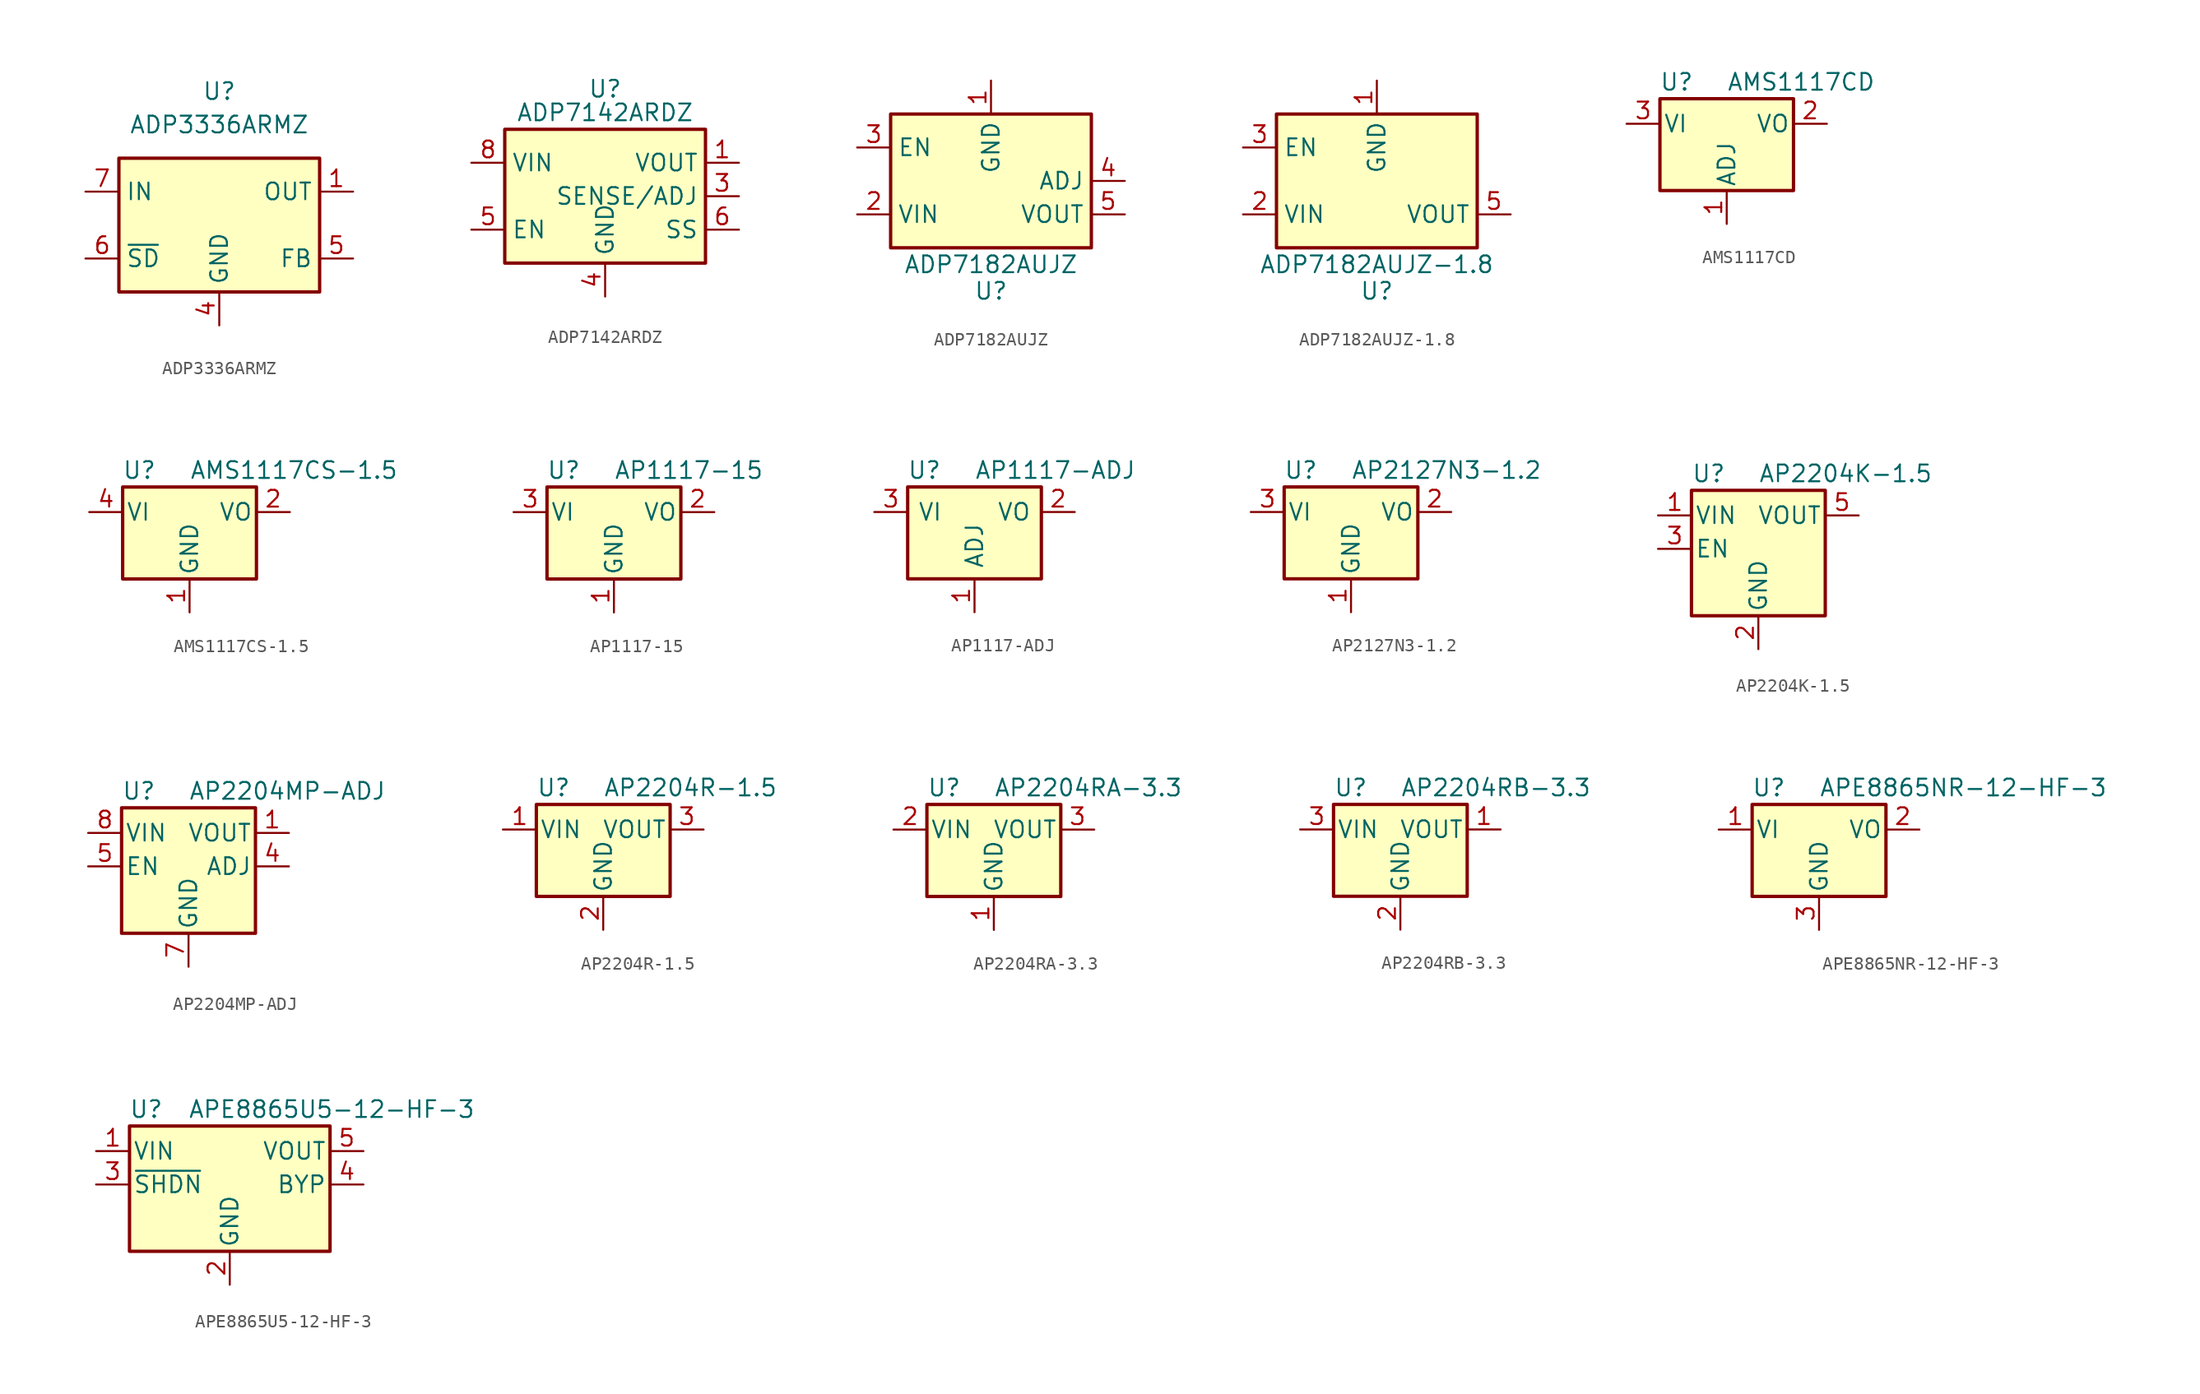
<source format=kicad_sym>
(kicad_symbol_lib
  (version 20201005)
  (generator kicad_symbol_editor)
  (symbol "ADP3336ARMZ"
    (property "Reference" "U"
      (at 0 10.16 0)
      (effects (font (size 1.27 1.27))))
    (property "Value" "ADP3336ARMZ"
      (at 0 7.62 0)
      (effects (font (size 1.27 1.27))))
    (symbol "ADP3336ARMZ_1_1"
      (rectangle (start -7.62 5.08) (end 7.62 -5.08) (stroke (width 0.254)) (fill (type background)))
      (pin power_out line (at 10.16 2.54 180) (length 2.54) (name "OUT" (effects (font (size 1.27 1.27)))) (number "1" (effects (font (size 1.27 1.27)))))
      (pin passive line (at 10.16 2.54 180) (length 2.54) hide (name "OUT" (effects (font (size 1.27 1.27)))) (number "2" (effects (font (size 1.27 1.27)))))
      (pin passive line (at 10.16 2.54 180) (length 2.54) hide (name "OUT" (effects (font (size 1.27 1.27)))) (number "3" (effects (font (size 1.27 1.27)))))
      (pin power_in line (at 0 -7.62 90) (length 2.54) (name "GND" (effects (font (size 1.27 1.27)))) (number "4" (effects (font (size 1.27 1.27)))))
      (pin passive line (at 10.16 -2.54 180) (length 2.54) (name "FB" (effects (font (size 1.27 1.27)))) (number "5" (effects (font (size 1.27 1.27)))))
      (pin input line (at -10.16 -2.54 0) (length 2.54) (name "~SD" (effects (font (size 1.27 1.27)))) (number "6" (effects (font (size 1.27 1.27)))))
      (pin power_in line (at -10.16 2.54 0) (length 2.54) (name "IN" (effects (font (size 1.27 1.27)))) (number "7" (effects (font (size 1.27 1.27)))))
      (pin passive line (at -10.16 2.54 0) (length 2.54) hide (name "IN" (effects (font (size 1.27 1.27)))) (number "8" (effects (font (size 1.27 1.27)))))))
  (symbol "ADP7142ARDZ"
    (property "Reference" "U"
      (at 0 8.89 0)
      (effects (font (size 1.27 1.27)) (justify top)))
    (property "Value" "ADP7142ARDZ"
      (at 0 6.35 0)
      (effects (font (size 1.27 1.27))))
    (symbol "ADP7142ARDZ_0_1"
      (rectangle (start -7.62 5.08) (end 7.62 -5.08) (stroke (width 0.254)) (fill (type background))))
    (symbol "ADP7142ARDZ_1_1"
      (pin power_out line (at 10.16 2.54 180) (length 2.54) (name "VOUT" (effects (font (size 1.27 1.27)))) (number "1" (effects (font (size 1.27 1.27)))))
      (pin passive line (at 10.16 2.54 180) (length 2.54) hide (name "VOUT" (effects (font (size 1.27 1.27)))) (number "2" (effects (font (size 1.27 1.27)))))
      (pin input line (at 10.16 0 180) (length 2.54) (name "SENSE/ADJ" (effects (font (size 1.27 1.27)))) (number "3" (effects (font (size 1.27 1.27)))))
      (pin power_in line (at 0 -7.62 90) (length 2.54) (name "GND" (effects (font (size 1.27 1.27)))) (number "4" (effects (font (size 1.27 1.27)))))
      (pin input line (at -10.16 -2.54 0) (length 2.54) (name "EN" (effects (font (size 1.27 1.27)))) (number "5" (effects (font (size 1.27 1.27)))))
      (pin passive line (at 10.16 -2.54 180) (length 2.54) (name "SS" (effects (font (size 1.27 1.27)))) (number "6" (effects (font (size 1.27 1.27)))))
      (pin passive line (at -10.16 2.54 0) (length 2.54) hide (name "VIN" (effects (font (size 1.27 1.27)))) (number "7" (effects (font (size 1.27 1.27)))))
      (pin power_in line (at -10.16 2.54 0) (length 2.54) (name "VIN" (effects (font (size 1.27 1.27)))) (number "8" (effects (font (size 1.27 1.27)))))
      (pin passive line (at 0 -7.62 90) (length 2.54) hide (name "GND" (effects (font (size 1.27 1.27)))) (number "9" (effects (font (size 1.27 1.27)))))))
  (symbol "ADP7182AUJZ"
    (property "Reference" "U"
      (at 0 -7.62 0)
      (effects (font (size 1.27 1.27)) (justify top)))
    (property "Value" "ADP7182AUJZ"
      (at 0 -6.35 0)
      (effects (font (size 1.27 1.27))))
    (symbol "ADP7182AUJZ_0_1"
      (rectangle (start -7.62 5.08) (end 7.62 -5.08) (stroke (width 0.254)) (fill (type background))))
    (symbol "ADP7182AUJZ_1_1"
      (pin power_in line (at 0 7.62 270) (length 2.54) (name "GND" (effects (font (size 1.27 1.27)))) (number "1" (effects (font (size 1.27 1.27)))))
      (pin power_in line (at -10.16 -2.54 0) (length 2.54) (name "VIN" (effects (font (size 1.27 1.27)))) (number "2" (effects (font (size 1.27 1.27)))))
      (pin input line (at -10.16 2.54 0) (length 2.54) (name "EN" (effects (font (size 1.27 1.27)))) (number "3" (effects (font (size 1.27 1.27)))))
      (pin input line (at 10.16 0 180) (length 2.54) (name "ADJ" (effects (font (size 1.27 1.27)))) (number "4" (effects (font (size 1.27 1.27)))))
      (pin power_out line (at 10.16 -2.54 180) (length 2.54) (name "VOUT" (effects (font (size 1.27 1.27)))) (number "5" (effects (font (size 1.27 1.27)))))))
  (symbol "ADP7182AUJZ-1.8"
    (property "Reference" "U"
      (at 0 -7.62 0)
      (effects (font (size 1.27 1.27)) (justify top)))
    (property "Value" "ADP7182AUJZ-1.8"
      (at 0 -6.35 0)
      (effects (font (size 1.27 1.27))))
    (symbol "ADP7182AUJZ-1.8_0_1"
      (rectangle (start -7.62 5.08) (end 7.62 -5.08) (stroke (width 0.254)) (fill (type background))))
    (symbol "ADP7182AUJZ-1.8_1_1"
      (pin power_in line (at 0 7.62 270) (length 2.54) (name "GND" (effects (font (size 1.27 1.27)))) (number "1" (effects (font (size 1.27 1.27)))))
      (pin power_in line (at -10.16 -2.54 0) (length 2.54) (name "VIN" (effects (font (size 1.27 1.27)))) (number "2" (effects (font (size 1.27 1.27)))))
      (pin input line (at -10.16 2.54 0) (length 2.54) (name "EN" (effects (font (size 1.27 1.27)))) (number "3" (effects (font (size 1.27 1.27)))))
      (pin no_connect line (at 7.62 0 180) (length 2.54) hide (name "NC" (effects (font (size 1.27 1.27)))) (number "4" (effects (font (size 1.27 1.27)))))
      (pin power_out line (at 10.16 -2.54 180) (length 2.54) (name "VOUT" (effects (font (size 1.27 1.27)))) (number "5" (effects (font (size 1.27 1.27)))))))
  (symbol "AMS1117CD"
    (pin_names
      (offset 0.254))
    (property "Reference" "U"
      (at -3.81 3.175 0)
      (effects (font (size 1.27 1.27))))
    (property "Value" "AMS1117CD"
      (at 0 3.175 0)
      (effects (font (size 1.27 1.27)) (justify left)))
    (symbol "AMS1117CD_0_1"
      (rectangle (start -5.08 -5.08) (end 5.08 1.905) (stroke (width 0.254)) (fill (type background))))
    (symbol "AMS1117CD_1_1"
      (pin input line (at 0 -7.62 90) (length 2.54) (name "ADJ" (effects (font (size 1.27 1.27)))) (number "1" (effects (font (size 1.27 1.27)))))
      (pin power_out line (at 7.62 0 180) (length 2.54) (name "VO" (effects (font (size 1.27 1.27)))) (number "2" (effects (font (size 1.27 1.27)))))
      (pin power_in line (at -7.62 0 0) (length 2.54) (name "VI" (effects (font (size 1.27 1.27)))) (number "3" (effects (font (size 1.27 1.27)))))))
  (symbol "AMS1117CS-1.5"
    (pin_names
      (offset 0.254))
    (property "Reference" "U"
      (at -3.81 3.175 0)
      (effects (font (size 1.27 1.27))))
    (property "Value" "AMS1117CS-1.5"
      (at 0 3.175 0)
      (effects (font (size 1.27 1.27)) (justify left)))
    (symbol "AMS1117CS-1.5_0_1"
      (rectangle (start -5.08 -5.08) (end 5.08 1.905) (stroke (width 0.254)) (fill (type background))))
    (symbol "AMS1117CS-1.5_1_1"
      (pin power_in line (at 0 -7.62 90) (length 2.54) (name "GND" (effects (font (size 1.27 1.27)))) (number "1" (effects (font (size 1.27 1.27)))))
      (pin power_out line (at 7.62 0 180) (length 2.54) (name "VO" (effects (font (size 1.27 1.27)))) (number "2" (effects (font (size 1.27 1.27)))))
      (pin passive line (at 7.62 0 180) (length 2.54) hide (name "VO" (effects (font (size 1.27 1.27)))) (number "3" (effects (font (size 1.27 1.27)))))
      (pin power_in line (at -7.62 0 0) (length 2.54) (name "VI" (effects (font (size 1.27 1.27)))) (number "4" (effects (font (size 1.27 1.27)))))
      (pin no_connect line (at -2.54 -2.54 180) (length 2.54) hide (name "NC" (effects (font (size 1.27 1.27)))) (number "5" (effects (font (size 1.27 1.27)))))
      (pin passive line (at 7.62 0 180) (length 2.54) hide (name "VO" (effects (font (size 1.27 1.27)))) (number "6" (effects (font (size 1.27 1.27)))))
      (pin passive line (at 7.62 0 180) (length 2.54) hide (name "VO" (effects (font (size 1.27 1.27)))) (number "7" (effects (font (size 1.27 1.27)))))
      (pin no_connect line (at 2.54 -2.54 0) (length 2.54) hide (name "NC" (effects (font (size 1.27 1.27)))) (number "8" (effects (font (size 1.27 1.27)))))))
  (symbol "AP1117-15"
    (pin_names
      (offset 0.254))
    (property "Reference" "U"
      (at -3.81 3.175 0)
      (effects (font (size 1.27 1.27))))
    (property "Value" "AP1117-15"
      (at 0 3.175 0)
      (effects (font (size 1.27 1.27)) (justify left)))
    (symbol "AP1117-15_0_1"
      (rectangle (start -5.08 -5.08) (end 5.08 1.905) (stroke (width 0.254)) (fill (type background))))
    (symbol "AP1117-15_1_1"
      (pin power_in line (at 0 -7.62 90) (length 2.54) (name "GND" (effects (font (size 1.27 1.27)))) (number "1" (effects (font (size 1.27 1.27)))))
      (pin power_out line (at 7.62 0 180) (length 2.54) (name "VO" (effects (font (size 1.27 1.27)))) (number "2" (effects (font (size 1.27 1.27)))))
      (pin power_in line (at -7.62 0 0) (length 2.54) (name "VI" (effects (font (size 1.27 1.27)))) (number "3" (effects (font (size 1.27 1.27)))))))
  (symbol "AP1117-ADJ"
    (pin_names
      (offset 0.762))
    (property "Reference" "U"
      (at -3.81 3.175 0)
      (effects (font (size 1.27 1.27))))
    (property "Value" "AP1117-ADJ"
      (at 0 3.175 0)
      (effects (font (size 1.27 1.27)) (justify left)))
    (symbol "AP1117-ADJ_0_1"
      (rectangle (start -5.08 -5.08) (end 5.08 1.905) (stroke (width 0.254)) (fill (type background))))
    (symbol "AP1117-ADJ_1_1"
      (pin input line (at 0 -7.62 90) (length 2.54) (name "ADJ" (effects (font (size 1.27 1.27)))) (number "1" (effects (font (size 1.27 1.27)))))
      (pin power_out line (at 7.62 0 180) (length 2.54) (name "VO" (effects (font (size 1.27 1.27)))) (number "2" (effects (font (size 1.27 1.27)))))
      (pin power_in line (at -7.62 0 0) (length 2.54) (name "VI" (effects (font (size 1.27 1.27)))) (number "3" (effects (font (size 1.27 1.27)))))))
  (symbol "AP2127N3-1.2"
    (pin_names
      (offset 0.254))
    (property "Reference" "U"
      (at -3.81 3.175 0)
      (effects (font (size 1.27 1.27))))
    (property "Value" "AP2127N3-1.2"
      (at 0 3.175 0)
      (effects (font (size 1.27 1.27)) (justify left)))
    (symbol "AP2127N3-1.2_0_1"
      (rectangle (start -5.08 1.905) (end 5.08 -5.08) (stroke (width 0.254)) (fill (type background))))
    (symbol "AP2127N3-1.2_1_1"
      (pin power_in line (at 0 -7.62 90) (length 2.54) (name "GND" (effects (font (size 1.27 1.27)))) (number "1" (effects (font (size 1.27 1.27)))))
      (pin power_out line (at 7.62 0 180) (length 2.54) (name "VO" (effects (font (size 1.27 1.27)))) (number "2" (effects (font (size 1.27 1.27)))))
      (pin power_in line (at -7.62 0 0) (length 2.54) (name "VI" (effects (font (size 1.27 1.27)))) (number "3" (effects (font (size 1.27 1.27)))))))
  (symbol "AP2204K-1.5"
    (pin_names
      (offset 0.254))
    (property "Reference" "U"
      (at -5.08 5.715 0)
      (effects (font (size 1.27 1.27)) (justify left)))
    (property "Value" "AP2204K-1.5"
      (at 0 5.715 0)
      (effects (font (size 1.27 1.27)) (justify left)))
    (symbol "AP2204K-1.5_0_1"
      (rectangle (start -5.08 4.445) (end 5.08 -5.08) (stroke (width 0.254)) (fill (type background))))
    (symbol "AP2204K-1.5_1_1"
      (pin power_in line (at -7.62 2.54 0) (length 2.54) (name "VIN" (effects (font (size 1.27 1.27)))) (number "1" (effects (font (size 1.27 1.27)))))
      (pin power_in line (at 0 -7.62 90) (length 2.54) (name "GND" (effects (font (size 1.27 1.27)))) (number "2" (effects (font (size 1.27 1.27)))))
      (pin input line (at -7.62 0 0) (length 2.54) (name "EN" (effects (font (size 1.27 1.27)))) (number "3" (effects (font (size 1.27 1.27)))))
      (pin no_connect line (at 7.62 0 180) (length 2.54) hide (name "NC" (effects (font (size 1.27 1.27)))) (number "4" (effects (font (size 1.27 1.27)))))
      (pin power_out line (at 7.62 2.54 180) (length 2.54) (name "VOUT" (effects (font (size 1.27 1.27)))) (number "5" (effects (font (size 1.27 1.27)))))))
  (symbol "AP2204MP-ADJ"
    (pin_names
      (offset 0.254))
    (property "Reference" "U"
      (at -5.08 5.715 0)
      (effects (font (size 1.27 1.27)) (justify left)))
    (property "Value" "AP2204MP-ADJ"
      (at 0 5.715 0)
      (effects (font (size 1.27 1.27)) (justify left)))
    (symbol "AP2204MP-ADJ_0_1"
      (rectangle (start -5.08 4.445) (end 5.08 -5.08) (stroke (width 0.254)) (fill (type background))))
    (symbol "AP2204MP-ADJ_1_1"
      (pin power_out line (at 7.62 2.54 180) (length 2.54) (name "VOUT" (effects (font (size 1.27 1.27)))) (number "1" (effects (font (size 1.27 1.27)))))
      (pin no_connect line (at -7.62 -2.54 0) (length 2.54) hide (name "NC" (effects (font (size 1.27 1.27)))) (number "2" (effects (font (size 1.27 1.27)))))
      (pin no_connect line (at -2.54 -7.62 90) (length 2.54) hide (name "NC" (effects (font (size 1.27 1.27)))) (number "3" (effects (font (size 1.27 1.27)))))
      (pin input line (at 7.62 0 180) (length 2.54) (name "ADJ" (effects (font (size 1.27 1.27)))) (number "4" (effects (font (size 1.27 1.27)))))
      (pin input line (at -7.62 0 0) (length 2.54) (name "EN" (effects (font (size 1.27 1.27)))) (number "5" (effects (font (size 1.27 1.27)))))
      (pin no_connect line (at 7.62 -2.54 180) (length 2.54) hide (name "NC" (effects (font (size 1.27 1.27)))) (number "6" (effects (font (size 1.27 1.27)))))
      (pin power_in line (at 0 -7.62 90) (length 2.54) (name "GND" (effects (font (size 1.27 1.27)))) (number "7" (effects (font (size 1.27 1.27)))))
      (pin power_in line (at -7.62 2.54 0) (length 2.54) (name "VIN" (effects (font (size 1.27 1.27)))) (number "8" (effects (font (size 1.27 1.27)))))
      (pin passive line (at 0 -7.62 90) (length 2.54) hide (name "GND" (effects (font (size 1.27 1.27)))) (number "9" (effects (font (size 1.27 1.27)))))))
  (symbol "AP2204R-1.5"
    (pin_names
      (offset 0.254))
    (property "Reference" "U"
      (at -5.08 3.175 0)
      (effects (font (size 1.27 1.27)) (justify left)))
    (property "Value" "AP2204R-1.5"
      (at 0 3.175 0)
      (effects (font (size 1.27 1.27)) (justify left)))
    (symbol "AP2204R-1.5_0_1"
      (rectangle (start -5.08 1.905) (end 5.08 -5.08) (stroke (width 0.254)) (fill (type background))))
    (symbol "AP2204R-1.5_1_1"
      (pin power_in line (at -7.62 0 0) (length 2.54) (name "VIN" (effects (font (size 1.27 1.27)))) (number "1" (effects (font (size 1.27 1.27)))))
      (pin power_in line (at 0 -7.62 90) (length 2.54) (name "GND" (effects (font (size 1.27 1.27)))) (number "2" (effects (font (size 1.27 1.27)))))
      (pin power_out line (at 7.62 0 180) (length 2.54) (name "VOUT" (effects (font (size 1.27 1.27)))) (number "3" (effects (font (size 1.27 1.27)))))))
  (symbol "AP2204RA-3.3"
    (pin_names
      (offset 0.254))
    (property "Reference" "U"
      (at -5.08 3.175 0)
      (effects (font (size 1.27 1.27)) (justify left)))
    (property "Value" "AP2204RA-3.3"
      (at 0 3.175 0)
      (effects (font (size 1.27 1.27)) (justify left)))
    (symbol "AP2204RA-3.3_0_1"
      (rectangle (start -5.08 1.905) (end 5.08 -5.08) (stroke (width 0.254)) (fill (type background))))
    (symbol "AP2204RA-3.3_1_1"
      (pin power_in line (at 0 -7.62 90) (length 2.54) (name "GND" (effects (font (size 1.27 1.27)))) (number "1" (effects (font (size 1.27 1.27)))))
      (pin power_in line (at -7.62 0 0) (length 2.54) (name "VIN" (effects (font (size 1.27 1.27)))) (number "2" (effects (font (size 1.27 1.27)))))
      (pin power_out line (at 7.62 0 180) (length 2.54) (name "VOUT" (effects (font (size 1.27 1.27)))) (number "3" (effects (font (size 1.27 1.27)))))))
  (symbol "AP2204RB-3.3"
    (pin_names
      (offset 0.254))
    (property "Reference" "U"
      (at -5.08 3.175 0)
      (effects (font (size 1.27 1.27)) (justify left)))
    (property "Value" "AP2204RB-3.3"
      (at 0 3.175 0)
      (effects (font (size 1.27 1.27)) (justify left)))
    (symbol "AP2204RB-3.3_0_1"
      (rectangle (start -5.08 1.905) (end 5.08 -5.08) (stroke (width 0.254)) (fill (type background))))
    (symbol "AP2204RB-3.3_1_1"
      (pin power_out line (at 7.62 0 180) (length 2.54) (name "VOUT" (effects (font (size 1.27 1.27)))) (number "1" (effects (font (size 1.27 1.27)))))
      (pin power_in line (at 0 -7.62 90) (length 2.54) (name "GND" (effects (font (size 1.27 1.27)))) (number "2" (effects (font (size 1.27 1.27)))))
      (pin power_in line (at -7.62 0 0) (length 2.54) (name "VIN" (effects (font (size 1.27 1.27)))) (number "3" (effects (font (size 1.27 1.27)))))))
  (symbol "APE8865NR-12-HF-3"
    (pin_names
      (offset 0.254))
    (property "Reference" "U"
      (at -3.81 3.175 0)
      (effects (font (size 1.27 1.27))))
    (property "Value" "APE8865NR-12-HF-3"
      (at 0 3.175 0)
      (effects (font (size 1.27 1.27)) (justify left)))
    (symbol "APE8865NR-12-HF-3_0_1"
      (rectangle (start -5.08 1.905) (end 5.08 -5.08) (stroke (width 0.254)) (fill (type background))))
    (symbol "APE8865NR-12-HF-3_1_1"
      (pin power_in line (at -7.62 0 0) (length 2.54) (name "VI" (effects (font (size 1.27 1.27)))) (number "1" (effects (font (size 1.27 1.27)))))
      (pin power_out line (at 7.62 0 180) (length 2.54) (name "VO" (effects (font (size 1.27 1.27)))) (number "2" (effects (font (size 1.27 1.27)))))
      (pin power_in line (at 0 -7.62 90) (length 2.54) (name "GND" (effects (font (size 1.27 1.27)))) (number "3" (effects (font (size 1.27 1.27)))))))
  (symbol "APE8865U5-12-HF-3"
    (pin_names
      (offset 0.254))
    (property "Reference" "U"
      (at -6.35 5.715 0)
      (effects (font (size 1.27 1.27))))
    (property "Value" "APE8865U5-12-HF-3"
      (at -3.175 5.715 0)
      (effects (font (size 1.27 1.27)) (justify left)))
    (symbol "APE8865U5-12-HF-3_0_1"
      (rectangle (start -7.62 4.445) (end 7.62 -5.08) (stroke (width 0.254)) (fill (type background))))
    (symbol "APE8865U5-12-HF-3_1_1"
      (pin power_in line (at -10.16 2.54 0) (length 2.54) (name "VIN" (effects (font (size 1.27 1.27)))) (number "1" (effects (font (size 1.27 1.27)))))
      (pin power_in line (at 0 -7.62 90) (length 2.54) (name "GND" (effects (font (size 1.27 1.27)))) (number "2" (effects (font (size 1.27 1.27)))))
      (pin input line (at -10.16 0 0) (length 2.54) (name "~SHDN~" (effects (font (size 1.27 1.27)))) (number "3" (effects (font (size 1.27 1.27)))))
      (pin input line (at 10.16 0 180) (length 2.54) (name "BYP" (effects (font (size 1.27 1.27)))) (number "4" (effects (font (size 1.27 1.27)))))
      (pin power_out line (at 10.16 2.54 180) (length 2.54) (name "VOUT" (effects (font (size 1.27 1.27)))) (number "5" (effects (font (size 1.27 1.27))))))))
</source>
